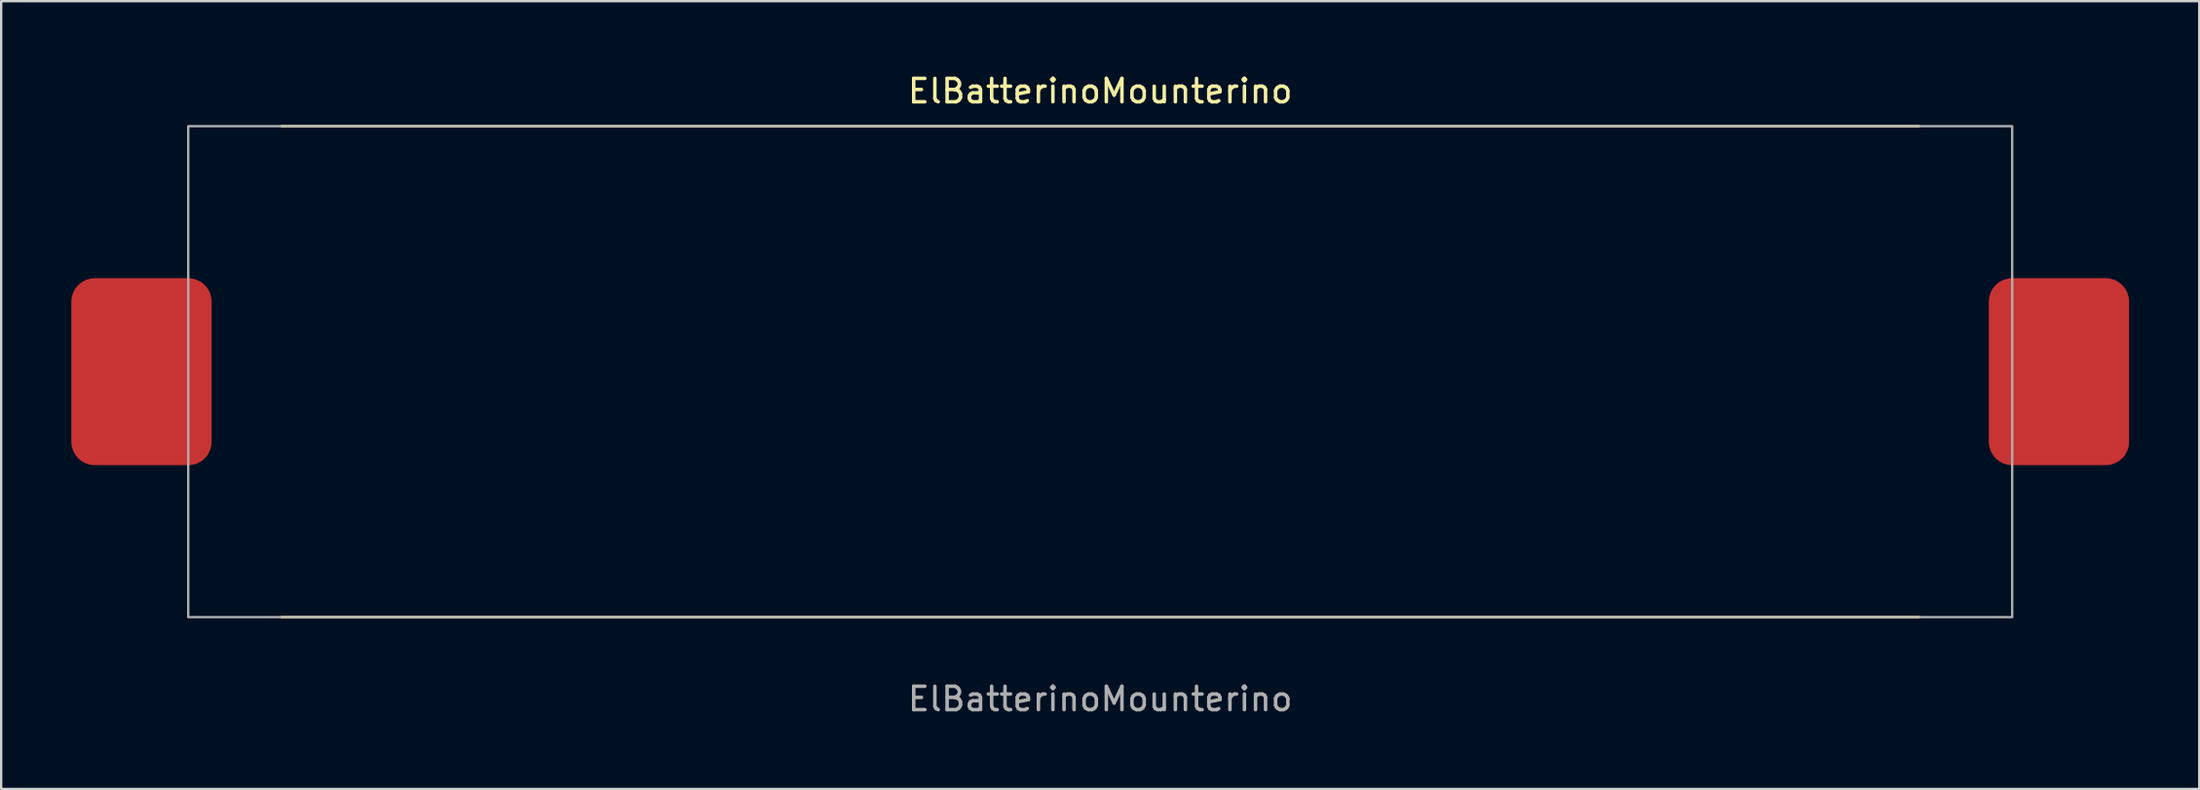
<source format=kicad_pcb>
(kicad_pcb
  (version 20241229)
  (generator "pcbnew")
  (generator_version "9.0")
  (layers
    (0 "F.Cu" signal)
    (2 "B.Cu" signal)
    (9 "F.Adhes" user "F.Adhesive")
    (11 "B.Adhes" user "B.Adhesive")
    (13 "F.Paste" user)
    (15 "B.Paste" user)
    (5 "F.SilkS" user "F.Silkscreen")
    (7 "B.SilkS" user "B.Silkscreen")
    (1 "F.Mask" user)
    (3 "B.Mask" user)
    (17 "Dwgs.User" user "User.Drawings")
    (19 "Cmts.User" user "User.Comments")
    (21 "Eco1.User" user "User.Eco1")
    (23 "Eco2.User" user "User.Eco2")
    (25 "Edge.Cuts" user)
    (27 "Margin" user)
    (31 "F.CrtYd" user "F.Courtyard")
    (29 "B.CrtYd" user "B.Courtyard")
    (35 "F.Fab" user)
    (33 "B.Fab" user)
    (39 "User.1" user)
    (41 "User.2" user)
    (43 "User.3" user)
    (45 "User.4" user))
  (footprint "ElBatterinoMounterino"
    (layer "F.Cu")
    (at 44 12.848)
    (property "Reference" "ElBatterinoMounterino" (at 0 -12 0) (unlocked yes) (layer "F.SilkS") (effects (font (size 1 1) (thickness 0.15))))
    (attr smd)
    (fp_line (start -35 -10.5) (end 35 -10.5) (stroke (width 0.12) (type solid)) (layer "F.SilkS"))
    (fp_line (start 35 10.5) (end -35 10.5) (stroke (width 0.12) (type solid)) (layer "F.SilkS"))
    (fp_rect (start 39 -10.5) (end -39 10.5) (stroke (width 0.1) (type solid)) (fill no) (layer "F.Fab"))
    (fp_text user "${REFERENCE}" (at 0 14 0) (unlocked yes) (layer "F.Fab") (effects (font (size 1 1) (thickness 0.15))))
    (pad "1" smd roundrect (at -41 0) (size 6 8) (layers "F.Cu" "F.Mask" "F.Paste") (roundrect_rratio 0.167))
    (pad "2" smd roundrect (at 41 0) (size 6 8) (layers "F.Cu" "F.Mask" "F.Paste") (roundrect_rratio 0.167)))
  (gr_rect
    (start -3 -3)
    (end 91 30.697)
    (stroke (width 0.1) (type default))
    (fill no)
    (layer "Edge.Cuts")))
</source>
